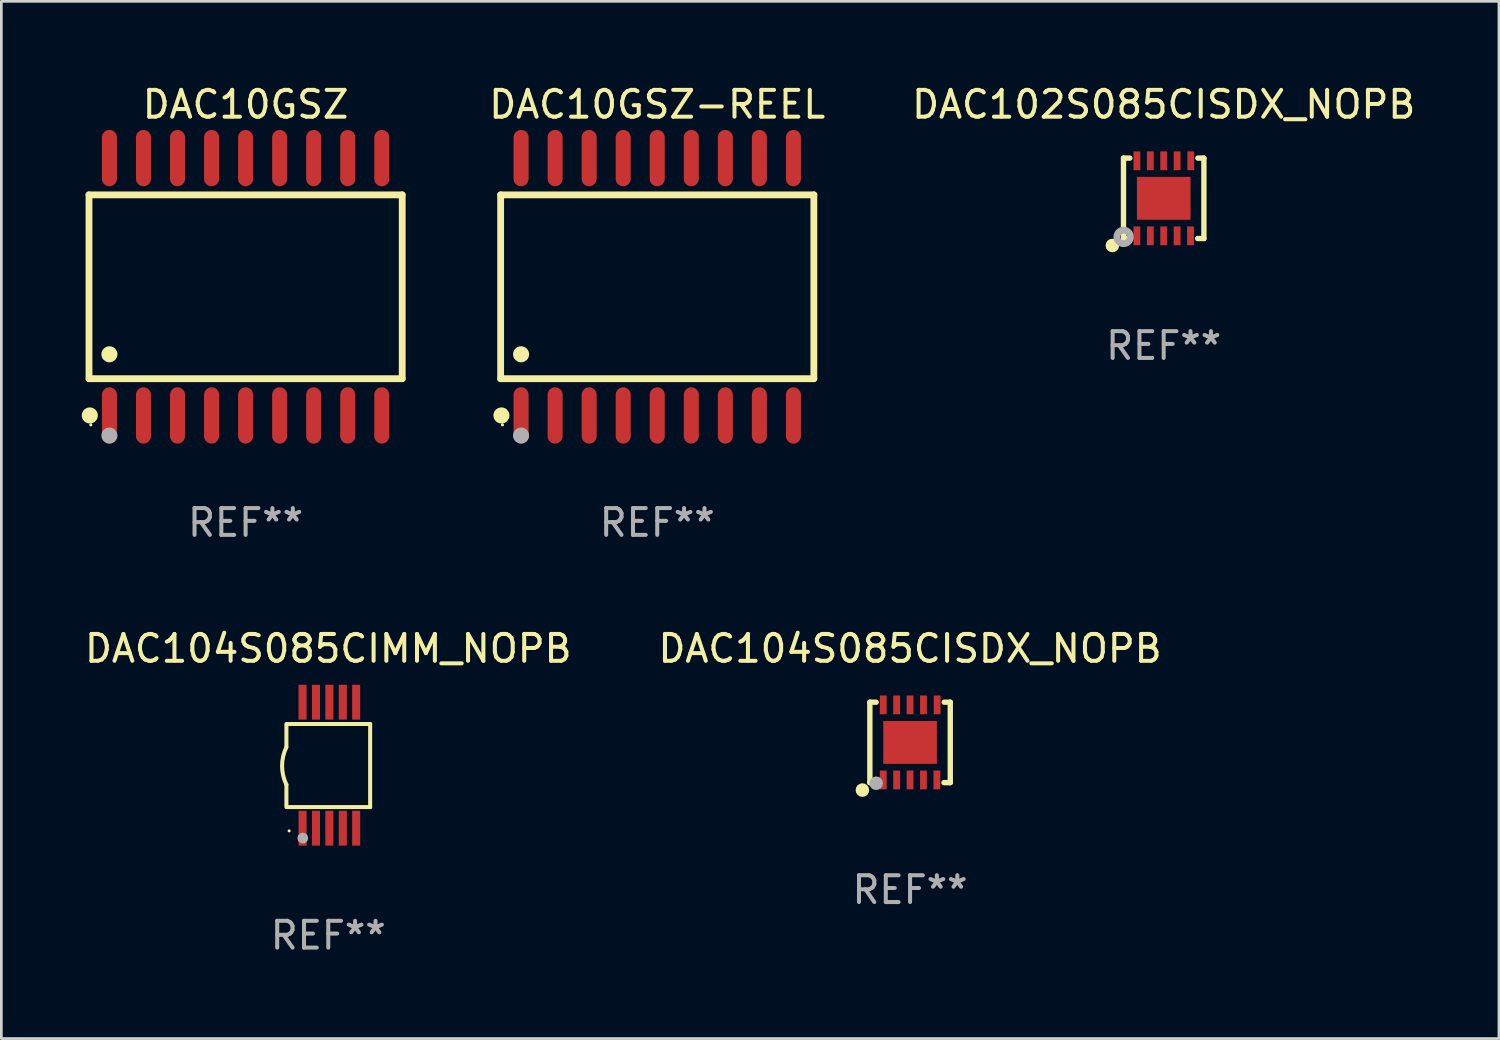
<source format=kicad_pcb>
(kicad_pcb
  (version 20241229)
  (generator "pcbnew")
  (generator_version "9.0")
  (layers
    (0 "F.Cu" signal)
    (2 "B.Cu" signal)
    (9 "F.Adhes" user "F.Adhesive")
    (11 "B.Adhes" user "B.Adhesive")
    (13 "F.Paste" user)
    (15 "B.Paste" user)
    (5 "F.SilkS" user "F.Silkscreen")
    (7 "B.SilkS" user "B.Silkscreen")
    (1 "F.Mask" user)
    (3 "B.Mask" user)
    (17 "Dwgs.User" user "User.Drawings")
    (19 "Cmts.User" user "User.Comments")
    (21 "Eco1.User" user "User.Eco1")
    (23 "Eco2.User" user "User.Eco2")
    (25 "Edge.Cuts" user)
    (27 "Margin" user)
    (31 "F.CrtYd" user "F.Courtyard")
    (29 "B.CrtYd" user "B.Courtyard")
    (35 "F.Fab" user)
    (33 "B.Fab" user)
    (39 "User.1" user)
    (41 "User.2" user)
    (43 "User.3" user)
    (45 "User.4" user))
  (footprint "DAC104S085CISDX_NOPB"
    (layer "F.Cu")
    (at 30.899 24.645)
    (property "Reference" "DAC104S085CISDX_NOPB" (at 0 -3.5 0) (layer "F.SilkS") (effects (font (size 1 1) (thickness 0.15))))
    (attr through_hole)
    (fp_line (start -1.5 -1.5) (end -1.5 1.5) (stroke (width 0.2) (type solid)) (layer "F.SilkS"))
    (fp_line (start -1.5 -1.5) (end -1.264 -1.5) (stroke (width 0.2) (type solid)) (layer "F.SilkS"))
    (fp_line (start -1.5 1.5) (end -1.264 1.5) (stroke (width 0.2) (type solid)) (layer "F.SilkS"))
    (fp_line (start 1.264 1.5) (end 1.5 1.5) (stroke (width 0.2) (type solid)) (layer "F.SilkS"))
    (fp_line (start 1.274 -1.5) (end 1.5 -1.5) (stroke (width 0.2) (type solid)) (layer "F.SilkS"))
    (fp_line (start 1.5 -1.5) (end 1.5 1.5) (stroke (width 0.2) (type solid)) (layer "F.SilkS"))
    (fp_circle (center -1.778 1.778) (end -1.651 1.778) (stroke (width 0.254) (type solid)) (fill no) (layer "F.SilkS"))
    (fp_circle (center -1.495 1.5) (end -1.465 1.5) (stroke (width 0.06) (type solid)) (fill no) (layer "F.SilkS"))
    (fp_circle (center -1.265 1.524) (end -1.138 1.524) (stroke (width 0.254) (type solid)) (fill no) (layer "F.Fab"))
    (fp_text user "REF**" (at 0 5.5 0) (layer "F.Fab") (effects (font (size 1 1) (thickness 0.15))))
    (pad "1" smd rect (at -1 1.4) (size 0.254 0.701) (layers "F.Cu" "F.Mask" "F.Paste"))
    (pad "2" smd rect (at -0.5 1.4) (size 0.254 0.701) (layers "F.Cu" "F.Mask" "F.Paste"))
    (pad "3" smd rect (at 0 1.4) (size 0.254 0.701) (layers "F.Cu" "F.Mask" "F.Paste"))
    (pad "4" smd rect (at 0.5 1.4) (size 0.254 0.701) (layers "F.Cu" "F.Mask" "F.Paste"))
    (pad "5" smd rect (at 1 1.4) (size 0.254 0.701) (layers "F.Cu" "F.Mask" "F.Paste"))
    (pad "6" smd rect (at 1.01 -1.4) (size 0.254 0.701) (layers "F.Cu" "F.Mask" "F.Paste"))
    (pad "7" smd rect (at 0.5 -1.4) (size 0.254 0.701) (layers "F.Cu" "F.Mask" "F.Paste"))
    (pad "8" smd rect (at 0 -1.4) (size 0.254 0.701) (layers "F.Cu" "F.Mask" "F.Paste"))
    (pad "9" smd rect (at -0.5 -1.4) (size 0.254 0.701) (layers "F.Cu" "F.Mask" "F.Paste"))
    (pad "10" smd rect (at -1 -1.4) (size 0.254 0.701) (layers "F.Cu" "F.Mask" "F.Paste"))
    (pad "11" smd rect (at 0 -0.000127) (size 2 1.6) (layers "F.Cu" "F.Mask" "F.Paste")))
  (footprint "DAC10GSZ-REEL"
    (layer "F.Cu")
    (at 21.468 7.648)
    (property "Reference" "DAC10GSZ-REEL" (at 0 -6.8 0) (layer "F.SilkS") (effects (font (size 1 1) (thickness 0.15))))
    (attr through_hole)
    (fp_line (start -5.842 -3.429) (end -5.842 3.429) (stroke (width 0.254) (type solid)) (layer "F.SilkS"))
    (fp_line (start -5.842 3.429) (end 5.842 3.429) (stroke (width 0.254) (type solid)) (layer "F.SilkS"))
    (fp_line (start 5.842 -3.429) (end -5.842 -3.429) (stroke (width 0.254) (type solid)) (layer "F.SilkS"))
    (fp_line (start 5.842 3.429) (end 5.842 -3.429) (stroke (width 0.254) (type solid)) (layer "F.SilkS"))
    (fp_circle (center -5.812 4.8) (end -5.662 4.8) (stroke (width 0.3) (type solid)) (fill no) (layer "F.SilkS"))
    (fp_circle (center -5.775 5.15) (end -5.745 5.15) (stroke (width 0.06) (type solid)) (fill no) (layer "F.SilkS"))
    (fp_circle (center -5.08 2.519) (end -4.93 2.519) (stroke (width 0.3) (type solid)) (fill no) (layer "F.SilkS"))
    (fp_circle (center -5.08 5.55) (end -4.93 5.55) (stroke (width 0.3) (type solid)) (fill no) (layer "F.Fab"))
    (fp_text user "REF**" (at 0 8.8 0) (layer "F.Fab") (effects (font (size 1 1) (thickness 0.15))))
    (pad "1" smd oval (at -5.08 4.8) (size 0.56 2.1) (layers "F.Cu" "F.Mask" "F.Paste"))
    (pad "2" smd oval (at -3.81 4.8) (size 0.56 2.1) (layers "F.Cu" "F.Mask" "F.Paste"))
    (pad "3" smd oval (at -2.54 4.8) (size 0.56 2.1) (layers "F.Cu" "F.Mask" "F.Paste"))
    (pad "4" smd oval (at -1.27 4.8) (size 0.56 2.1) (layers "F.Cu" "F.Mask" "F.Paste"))
    (pad "5" smd oval (at 0 4.8) (size 0.56 2.1) (layers "F.Cu" "F.Mask" "F.Paste"))
    (pad "6" smd oval (at 1.27 4.8) (size 0.56 2.1) (layers "F.Cu" "F.Mask" "F.Paste"))
    (pad "7" smd oval (at 2.54 4.8) (size 0.56 2.1) (layers "F.Cu" "F.Mask" "F.Paste"))
    (pad "8" smd oval (at 3.81 4.8) (size 0.56 2.1) (layers "F.Cu" "F.Mask" "F.Paste"))
    (pad "9" smd oval (at 5.08 4.8) (size 0.56 2.1) (layers "F.Cu" "F.Mask" "F.Paste"))
    (pad "10" smd oval (at 5.08 -4.8) (size 0.56 2.1) (layers "F.Cu" "F.Mask" "F.Paste"))
    (pad "11" smd oval (at 3.81 -4.8) (size 0.56 2.1) (layers "F.Cu" "F.Mask" "F.Paste"))
    (pad "12" smd oval (at 2.54 -4.8) (size 0.56 2.1) (layers "F.Cu" "F.Mask" "F.Paste"))
    (pad "13" smd oval (at 1.27 -4.8) (size 0.56 2.1) (layers "F.Cu" "F.Mask" "F.Paste"))
    (pad "14" smd oval (at 0 -4.8) (size 0.56 2.1) (layers "F.Cu" "F.Mask" "F.Paste"))
    (pad "15" smd oval (at -1.27 -4.8) (size 0.56 2.1) (layers "F.Cu" "F.Mask" "F.Paste"))
    (pad "16" smd oval (at -2.54 -4.8) (size 0.56 2.1) (layers "F.Cu" "F.Mask" "F.Paste"))
    (pad "17" smd oval (at -3.81 -4.8) (size 0.56 2.1) (layers "F.Cu" "F.Mask" "F.Paste"))
    (pad "18" smd oval (at -5.08 -4.8) (size 0.56 2.1) (layers "F.Cu" "F.Mask" "F.Paste")))
  (footprint "DAC10GSZ"
    (layer "F.Cu")
    (at 6.112 7.648)
    (property "Reference" "DAC10GSZ" (at 0 -6.8 0) (layer "F.SilkS") (effects (font (size 1 1) (thickness 0.15))))
    (attr through_hole)
    (fp_line (start -5.842 -3.429) (end -5.842 3.429) (stroke (width 0.254) (type solid)) (layer "F.SilkS"))
    (fp_line (start -5.842 3.429) (end 5.842 3.429) (stroke (width 0.254) (type solid)) (layer "F.SilkS"))
    (fp_line (start 5.842 -3.429) (end -5.842 -3.429) (stroke (width 0.254) (type solid)) (layer "F.SilkS"))
    (fp_line (start 5.842 3.429) (end 5.842 -3.429) (stroke (width 0.254) (type solid)) (layer "F.SilkS"))
    (fp_circle (center -5.812 4.8) (end -5.662 4.8) (stroke (width 0.3) (type solid)) (fill no) (layer "F.SilkS"))
    (fp_circle (center -5.775 5.15) (end -5.745 5.15) (stroke (width 0.06) (type solid)) (fill no) (layer "F.SilkS"))
    (fp_circle (center -5.08 2.519) (end -4.93 2.519) (stroke (width 0.3) (type solid)) (fill no) (layer "F.SilkS"))
    (fp_circle (center -5.08 5.55) (end -4.93 5.55) (stroke (width 0.3) (type solid)) (fill no) (layer "F.Fab"))
    (fp_text user "REF**" (at 0 8.8 0) (layer "F.Fab") (effects (font (size 1 1) (thickness 0.15))))
    (pad "1" smd oval (at -5.08 4.8) (size 0.56 2.1) (layers "F.Cu" "F.Mask" "F.Paste"))
    (pad "2" smd oval (at -3.81 4.8) (size 0.56 2.1) (layers "F.Cu" "F.Mask" "F.Paste"))
    (pad "3" smd oval (at -2.54 4.8) (size 0.56 2.1) (layers "F.Cu" "F.Mask" "F.Paste"))
    (pad "4" smd oval (at -1.27 4.8) (size 0.56 2.1) (layers "F.Cu" "F.Mask" "F.Paste"))
    (pad "5" smd oval (at 0 4.8) (size 0.56 2.1) (layers "F.Cu" "F.Mask" "F.Paste"))
    (pad "6" smd oval (at 1.27 4.8) (size 0.56 2.1) (layers "F.Cu" "F.Mask" "F.Paste"))
    (pad "7" smd oval (at 2.54 4.8) (size 0.56 2.1) (layers "F.Cu" "F.Mask" "F.Paste"))
    (pad "8" smd oval (at 3.81 4.8) (size 0.56 2.1) (layers "F.Cu" "F.Mask" "F.Paste"))
    (pad "9" smd oval (at 5.08 4.8) (size 0.56 2.1) (layers "F.Cu" "F.Mask" "F.Paste"))
    (pad "10" smd oval (at 5.08 -4.8) (size 0.56 2.1) (layers "F.Cu" "F.Mask" "F.Paste"))
    (pad "11" smd oval (at 3.81 -4.8) (size 0.56 2.1) (layers "F.Cu" "F.Mask" "F.Paste"))
    (pad "12" smd oval (at 2.54 -4.8) (size 0.56 2.1) (layers "F.Cu" "F.Mask" "F.Paste"))
    (pad "13" smd oval (at 1.27 -4.8) (size 0.56 2.1) (layers "F.Cu" "F.Mask" "F.Paste"))
    (pad "14" smd oval (at 0 -4.8) (size 0.56 2.1) (layers "F.Cu" "F.Mask" "F.Paste"))
    (pad "15" smd oval (at -1.27 -4.8) (size 0.56 2.1) (layers "F.Cu" "F.Mask" "F.Paste"))
    (pad "16" smd oval (at -2.54 -4.8) (size 0.56 2.1) (layers "F.Cu" "F.Mask" "F.Paste"))
    (pad "17" smd oval (at -3.81 -4.8) (size 0.56 2.1) (layers "F.Cu" "F.Mask" "F.Paste"))
    (pad "18" smd oval (at -5.08 -4.8) (size 0.56 2.1) (layers "F.Cu" "F.Mask" "F.Paste")))
  (footprint "DAC104S085CIMM_NOPB"
    (layer "F.Cu")
    (at 9.196 25.495)
    (property "Reference" "DAC104S085CIMM_NOPB" (at 0 -4.35 0) (layer "F.SilkS") (effects (font (size 1 1) (thickness 0.15))))
    (attr through_hole)
    (fp_line (start -1.562 -1.537) (end -1.562 -0.698) (stroke (width 0.15) (type solid)) (layer "F.SilkS"))
    (fp_line (start -1.562 0.724) (end -1.562 1.562) (stroke (width 0.15) (type solid)) (layer "F.SilkS"))
    (fp_line (start -1.538 -1.537) (end 1.562 -1.537) (stroke (width 0.15) (type solid)) (layer "F.SilkS"))
    (fp_line (start -1.538 1.562) (end 1.562 1.562) (stroke (width 0.15) (type solid)) (layer "F.SilkS"))
    (fp_line (start 1.562 1.564) (end 1.562 -1.537) (stroke (width 0.15) (type solid)) (layer "F.SilkS"))
    (fp_arc (start -1.562103 0.724079) (mid -1.723579 0.025578) (end -1.562103 -0.672924) (stroke (width 0.150013) (type solid)) (layer "F.SilkS"))
    (fp_circle (center -1.459 2.45) (end -1.429 2.45) (stroke (width 0.06) (type solid)) (fill no) (layer "F.SilkS"))
    (fp_circle (center -0.95 2.718) (end -0.85 2.718) (stroke (width 0.2) (type solid)) (fill no) (layer "F.Fab"))
    (fp_text user "REF**" (at 0 6.35 0) (layer "F.Fab") (effects (font (size 1 1) (thickness 0.15))))
    (pad "1" smd rect (at -0.959 2.35) (size 0.3 1.3) (layers "F.Cu" "F.Mask" "F.Paste"))
    (pad "2" smd rect (at -0.459 2.35) (size 0.3 1.3) (layers "F.Cu" "F.Mask" "F.Paste"))
    (pad "3" smd rect (at 0.04 2.35) (size 0.3 1.3) (layers "F.Cu" "F.Mask" "F.Paste"))
    (pad "4" smd rect (at 0.541 2.35) (size 0.3 1.3) (layers "F.Cu" "F.Mask" "F.Paste"))
    (pad "5" smd rect (at 1.041 2.35) (size 0.3 1.3) (layers "F.Cu" "F.Mask" "F.Paste"))
    (pad "6" smd rect (at 1.04 -2.35) (size 0.3 1.3) (layers "F.Cu" "F.Mask" "F.Paste"))
    (pad "7" smd rect (at 0.541 -2.35) (size 0.3 1.3) (layers "F.Cu" "F.Mask" "F.Paste"))
    (pad "8" smd rect (at 0.041 -2.35) (size 0.3 1.3) (layers "F.Cu" "F.Mask" "F.Paste"))
    (pad "9" smd rect (at -0.459 -2.35) (size 0.3 1.3) (layers "F.Cu" "F.Mask" "F.Paste"))
    (pad "10" smd rect (at -0.96 -2.35) (size 0.3 1.3) (layers "F.Cu" "F.Mask" "F.Paste")))
  (footprint "DAC102S085CISDX_NOPB"
    (layer "F.Cu")
    (at 40.361 4.348)
    (property "Reference" "DAC102S085CISDX_NOPB" (at 0 -3.5 0) (layer "F.SilkS") (effects (font (size 1 1) (thickness 0.15))))
    (attr through_hole)
    (fp_line (start -1.5 -1.5) (end -1.5 1.5) (stroke (width 0.2) (type solid)) (layer "F.SilkS"))
    (fp_line (start -1.5 -1.5) (end -1.264 -1.5) (stroke (width 0.2) (type solid)) (layer "F.SilkS"))
    (fp_line (start -1.5 1.5) (end -1.264 1.5) (stroke (width 0.2) (type solid)) (layer "F.SilkS"))
    (fp_line (start 1.264 1.5) (end 1.5 1.5) (stroke (width 0.2) (type solid)) (layer "F.SilkS"))
    (fp_line (start 1.274 -1.5) (end 1.5 -1.5) (stroke (width 0.2) (type solid)) (layer "F.SilkS"))
    (fp_line (start 1.5 -1.5) (end 1.5 1.5) (stroke (width 0.2) (type solid)) (layer "F.SilkS"))
    (fp_circle (center -1.915 1.76) (end -1.788 1.76) (stroke (width 0.254) (type solid)) (fill no) (layer "F.SilkS"))
    (fp_circle (center -1.495 1.5) (end -1.465 1.5) (stroke (width 0.06) (type solid)) (fill no) (layer "F.SilkS"))
    (fp_circle (center -1.495 1.44) (end -1.37 1.44) (stroke (width 0.254) (type solid)) (fill no) (layer "F.Fab"))
    (fp_text user "REF**" (at 0 5.5 0) (layer "F.Fab") (effects (font (size 1 1) (thickness 0.15))))
    (pad "1" smd rect (at -1 1.4) (size 0.254 0.701) (layers "F.Cu" "F.Mask" "F.Paste"))
    (pad "2" smd rect (at -0.5 1.4) (size 0.254 0.701) (layers "F.Cu" "F.Mask" "F.Paste"))
    (pad "3" smd rect (at 0.000076 1.4) (size 0.254 0.701) (layers "F.Cu" "F.Mask" "F.Paste"))
    (pad "4" smd rect (at 0.5 1.4) (size 0.254 0.701) (layers "F.Cu" "F.Mask" "F.Paste"))
    (pad "5" smd rect (at 1 1.4) (size 0.254 0.701) (layers "F.Cu" "F.Mask" "F.Paste"))
    (pad "6" smd rect (at 1.01 -1.4) (size 0.254 0.701) (layers "F.Cu" "F.Mask" "F.Paste"))
    (pad "7" smd rect (at 0.5 -1.4) (size 0.254 0.701) (layers "F.Cu" "F.Mask" "F.Paste"))
    (pad "8" smd rect (at 0.000076 -1.4) (size 0.254 0.701) (layers "F.Cu" "F.Mask" "F.Paste"))
    (pad "9" smd rect (at -0.5 -1.4) (size 0.254 0.701) (layers "F.Cu" "F.Mask" "F.Paste"))
    (pad "10" smd rect (at -1 -1.4) (size 0.254 0.701) (layers "F.Cu" "F.Mask" "F.Paste"))
    (pad "11" smd rect (at 0.000076 -0.000152) (size 2 1.6) (layers "F.Cu" "F.Mask" "F.Paste")))
  (gr_rect
    (start -3 -3)
    (end 52.867 35.693)
    (stroke (width 0.1) (type default))
    (fill no)
    (layer "Edge.Cuts")))
</source>
